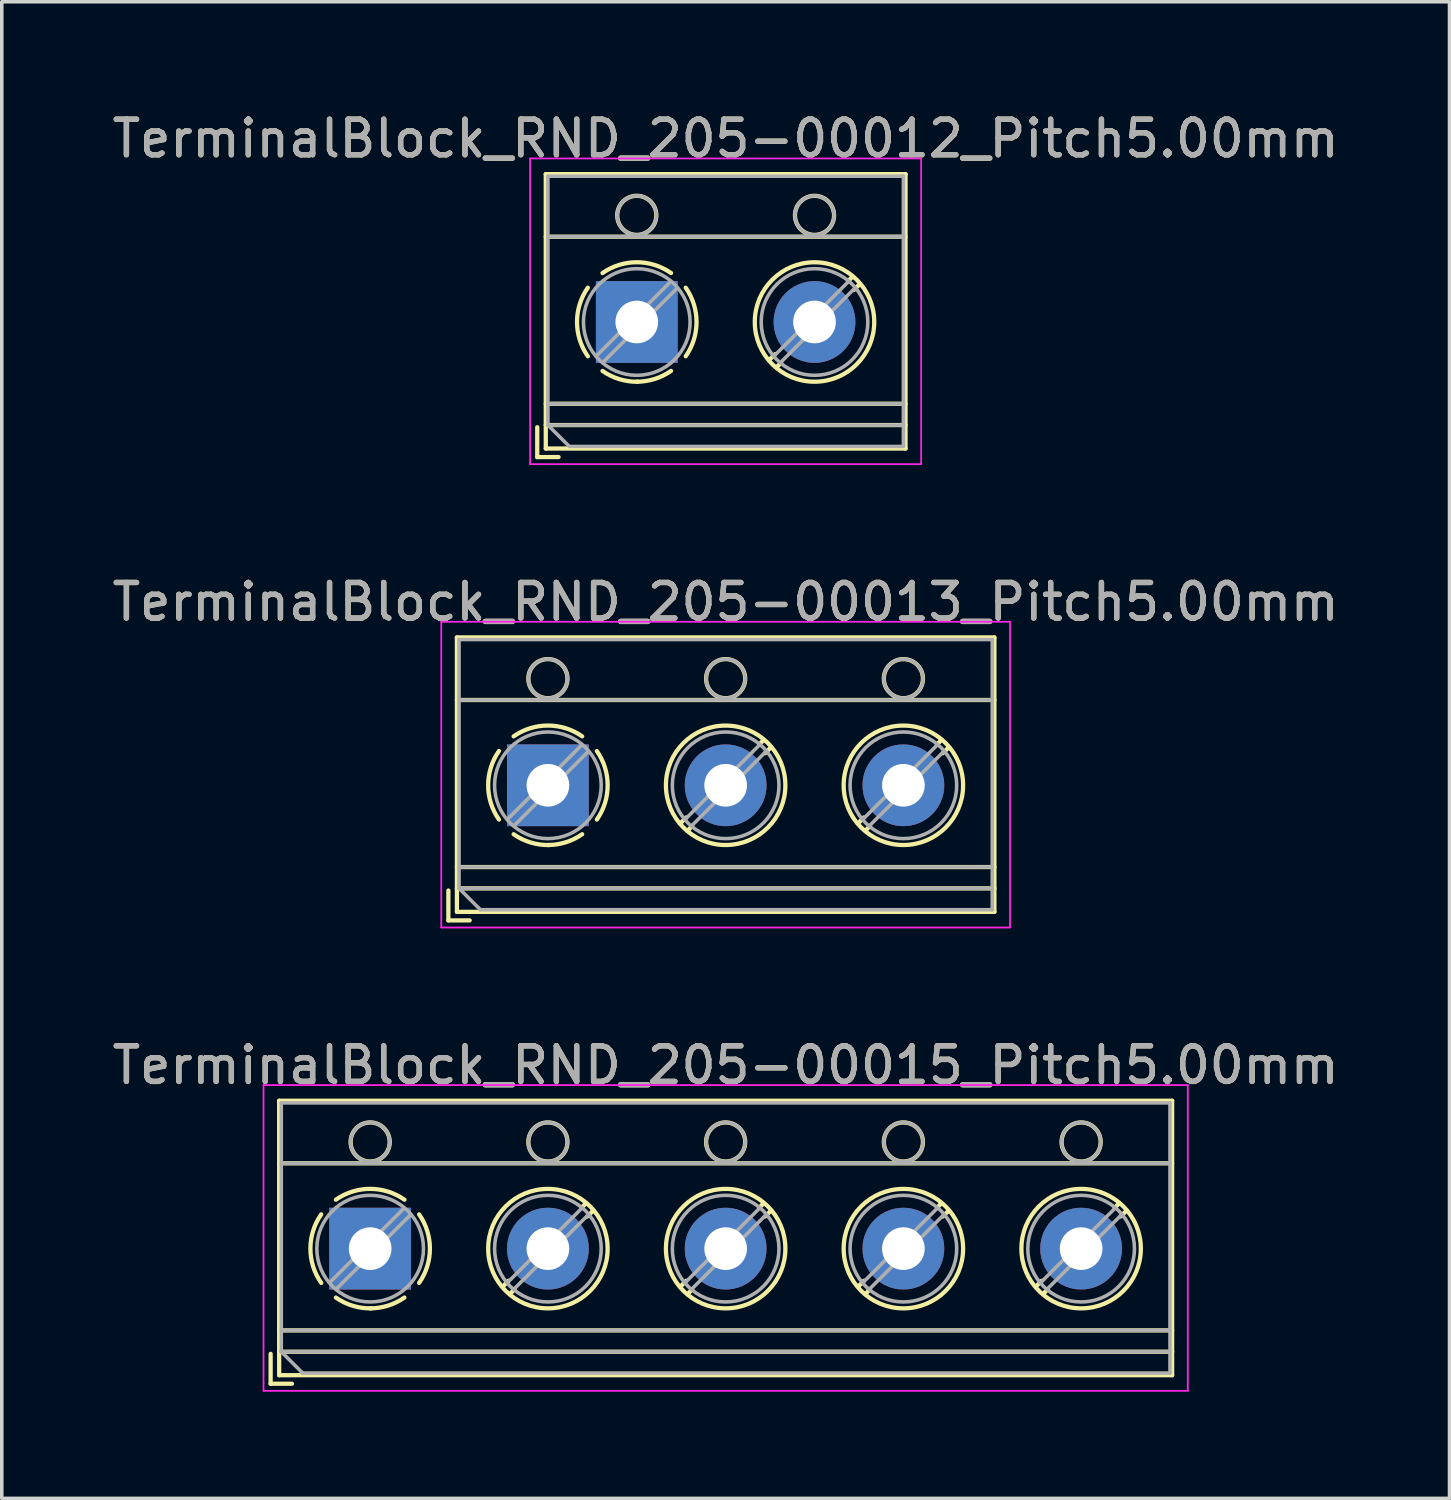
<source format=kicad_pcb>
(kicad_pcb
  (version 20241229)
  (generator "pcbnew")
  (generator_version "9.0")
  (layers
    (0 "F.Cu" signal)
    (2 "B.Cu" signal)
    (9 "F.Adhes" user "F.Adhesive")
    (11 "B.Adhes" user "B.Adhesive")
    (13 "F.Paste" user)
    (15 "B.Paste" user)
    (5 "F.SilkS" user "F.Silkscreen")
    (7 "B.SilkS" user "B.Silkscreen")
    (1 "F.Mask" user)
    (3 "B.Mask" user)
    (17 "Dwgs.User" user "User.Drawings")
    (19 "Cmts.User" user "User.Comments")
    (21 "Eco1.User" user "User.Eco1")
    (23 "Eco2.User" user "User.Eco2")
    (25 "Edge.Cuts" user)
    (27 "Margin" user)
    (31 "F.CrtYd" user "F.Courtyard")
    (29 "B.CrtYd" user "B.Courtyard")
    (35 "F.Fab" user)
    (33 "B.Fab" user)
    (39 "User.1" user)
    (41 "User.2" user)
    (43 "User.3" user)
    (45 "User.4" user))
  (footprint "TerminalBlock_RND_205-00012_Pitch5.00mm"
    (layer "F.Cu")
    (at 14.863 6.008)
    (property "Reference" "TerminalBlock_RND_205-00012_Pitch5.00mm" (at 2.5 -5.16 0) (layer "F.SilkS") (effects (font (size 1 1) (thickness 0.15))))
    (attr through_hole)
    (fp_line (start -2.8 2.96) (end -2.8 3.8) (stroke (width 0.12) (type solid)) (layer "F.SilkS"))
    (fp_line (start -2.8 3.8) (end -2.2 3.8) (stroke (width 0.12) (type solid)) (layer "F.SilkS"))
    (fp_line (start -2.56 -4.16) (end -2.56 3.56) (stroke (width 0.12) (type solid)) (layer "F.SilkS"))
    (fp_line (start -2.56 -2.4) (end 7.56 -2.4) (stroke (width 0.12) (type solid)) (layer "F.SilkS"))
    (fp_line (start -2.56 2.3) (end 7.56 2.3) (stroke (width 0.12) (type solid)) (layer "F.SilkS"))
    (fp_line (start -2.56 2.9) (end 7.56 2.9) (stroke (width 0.12) (type solid)) (layer "F.SilkS"))
    (fp_line (start -2.56 3.56) (end 7.56 3.56) (stroke (width 0.12) (type solid)) (layer "F.SilkS"))
    (fp_line (start 3.89 0.905) (end 3.726 1.069) (stroke (width 0.12) (type solid)) (layer "F.SilkS"))
    (fp_line (start 4.06 1.146) (end 3.931 1.274) (stroke (width 0.12) (type solid)) (layer "F.SilkS"))
    (fp_line (start 6.07 -1.275) (end 5.941 -1.146) (stroke (width 0.12) (type solid)) (layer "F.SilkS"))
    (fp_line (start 6.275 -1.069) (end 6.111 -0.905) (stroke (width 0.12) (type solid)) (layer "F.SilkS"))
    (fp_line (start 7.56 -4.16) (end -2.56 -4.16) (stroke (width 0.12) (type solid)) (layer "F.SilkS"))
    (fp_line (start 7.56 3.56) (end 7.56 -4.16) (stroke (width 0.12) (type solid)) (layer "F.SilkS"))
    (fp_arc (start -1.376825 0.964249) (mid -1.6809 0.000152) (end -1.377 -0.964) (stroke (width 0.12) (type solid)) (layer "F.SilkS"))
    (fp_arc (start -0.964249 -1.376825) (mid -0.000152 -1.6809) (end 0.964 -1.377) (stroke (width 0.12) (type solid)) (layer "F.SilkS"))
    (fp_arc (start 0.029488 1.680641) (mid -0.491302 1.607497) (end -0.964 1.377) (stroke (width 0.12) (type solid)) (layer "F.SilkS"))
    (fp_arc (start 0.963608 1.376175) (mid 0.505186 1.602244) (end 0 1.68) (stroke (width 0.12) (type solid)) (layer "F.SilkS"))
    (fp_arc (start 1.376825 -0.964249) (mid 1.6809 -0.000152) (end 1.377 0.964) (stroke (width 0.12) (type solid)) (layer "F.SilkS"))
    (fp_circle (center 0 -3) (end 0.55 -3) (stroke (width 0.12) (type solid)) (fill no) (layer "F.SilkS"))
    (fp_circle (center 5 -3) (end 5.55 -3) (stroke (width 0.12) (type solid)) (fill no) (layer "F.SilkS"))
    (fp_circle (center 5 0) (end 6.68 0) (stroke (width 0.12) (type solid)) (fill no) (layer "F.SilkS"))
    (fp_line (start -3 -4.6) (end -3 4) (stroke (width 0.05) (type solid)) (layer "F.CrtYd"))
    (fp_line (start -3 4) (end 8 4) (stroke (width 0.05) (type solid)) (layer "F.CrtYd"))
    (fp_line (start 8 -4.6) (end -3 -4.6) (stroke (width 0.05) (type solid)) (layer "F.CrtYd"))
    (fp_line (start 8 4) (end 8 -4.6) (stroke (width 0.05) (type solid)) (layer "F.CrtYd"))
    (fp_line (start -2.5 -4.1) (end 7.5 -4.1) (stroke (width 0.1) (type solid)) (layer "F.Fab"))
    (fp_line (start -2.5 -2.4) (end 7.5 -2.4) (stroke (width 0.1) (type solid)) (layer "F.Fab"))
    (fp_line (start -2.5 2.3) (end 7.5 2.3) (stroke (width 0.1) (type solid)) (layer "F.Fab"))
    (fp_line (start -2.5 2.9) (end -2.5 -4.1) (stroke (width 0.1) (type solid)) (layer "F.Fab"))
    (fp_line (start -2.5 2.9) (end 7.5 2.9) (stroke (width 0.1) (type solid)) (layer "F.Fab"))
    (fp_line (start -1.9 3.5) (end -2.5 2.9) (stroke (width 0.1) (type solid)) (layer "F.Fab"))
    (fp_line (start 0.955 -1.138) (end -1.138 0.955) (stroke (width 0.1) (type solid)) (layer "F.Fab"))
    (fp_line (start 1.138 -0.955) (end -0.955 1.138) (stroke (width 0.1) (type solid)) (layer "F.Fab"))
    (fp_line (start 5.955 -1.138) (end 3.863 0.955) (stroke (width 0.1) (type solid)) (layer "F.Fab"))
    (fp_line (start 6.138 -0.955) (end 4.046 1.138) (stroke (width 0.1) (type solid)) (layer "F.Fab"))
    (fp_line (start 7.5 -4.1) (end 7.5 3.5) (stroke (width 0.1) (type solid)) (layer "F.Fab"))
    (fp_line (start 7.5 3.5) (end -1.9 3.5) (stroke (width 0.1) (type solid)) (layer "F.Fab"))
    (fp_circle (center 0 -3) (end 0.55 -3) (stroke (width 0.1) (type solid)) (fill no) (layer "F.Fab"))
    (fp_circle (center 0 0) (end 1.5 0) (stroke (width 0.1) (type solid)) (fill no) (layer "F.Fab"))
    (fp_circle (center 5 -3) (end 5.55 -3) (stroke (width 0.1) (type solid)) (fill no) (layer "F.Fab"))
    (fp_circle (center 5 0) (end 6.5 0) (stroke (width 0.1) (type solid)) (fill no) (layer "F.Fab"))
    (fp_text user "${REFERENCE}" (at 2.5 -5.16 0) (layer "F.Fab") (effects (font (size 1 1) (thickness 0.15))))
    (pad "1" thru_hole rect (at 0 0) (size 2.3 2.3) (drill 1.2) (layers "*.Cu" "*.Mask"))
    (pad "2" thru_hole circle (at 5 0) (size 2.3 2.3) (drill 1.2) (layers "*.Cu" "*.Mask")))
  (footprint "TerminalBlock_RND_205-00013_Pitch5.00mm"
    (layer "F.Cu")
    (at 12.363 19.041)
    (property "Reference" "TerminalBlock_RND_205-00013_Pitch5.00mm" (at 5 -5.16 0) (layer "F.SilkS") (effects (font (size 1 1) (thickness 0.15))))
    (attr through_hole)
    (fp_line (start -2.8 2.96) (end -2.8 3.8) (stroke (width 0.12) (type solid)) (layer "F.SilkS"))
    (fp_line (start -2.8 3.8) (end -2.2 3.8) (stroke (width 0.12) (type solid)) (layer "F.SilkS"))
    (fp_line (start -2.56 -4.16) (end -2.56 3.56) (stroke (width 0.12) (type solid)) (layer "F.SilkS"))
    (fp_line (start -2.56 -2.4) (end 12.56 -2.4) (stroke (width 0.12) (type solid)) (layer "F.SilkS"))
    (fp_line (start -2.56 2.3) (end 12.56 2.3) (stroke (width 0.12) (type solid)) (layer "F.SilkS"))
    (fp_line (start -2.56 2.9) (end 12.56 2.9) (stroke (width 0.12) (type solid)) (layer "F.SilkS"))
    (fp_line (start -2.56 3.56) (end 12.56 3.56) (stroke (width 0.12) (type solid)) (layer "F.SilkS"))
    (fp_line (start 3.89 0.905) (end 3.726 1.069) (stroke (width 0.12) (type solid)) (layer "F.SilkS"))
    (fp_line (start 4.06 1.146) (end 3.931 1.274) (stroke (width 0.12) (type solid)) (layer "F.SilkS"))
    (fp_line (start 6.07 -1.275) (end 5.941 -1.146) (stroke (width 0.12) (type solid)) (layer "F.SilkS"))
    (fp_line (start 6.275 -1.069) (end 6.111 -0.905) (stroke (width 0.12) (type solid)) (layer "F.SilkS"))
    (fp_line (start 8.89 0.905) (end 8.726 1.069) (stroke (width 0.12) (type solid)) (layer "F.SilkS"))
    (fp_line (start 9.06 1.146) (end 8.931 1.274) (stroke (width 0.12) (type solid)) (layer "F.SilkS"))
    (fp_line (start 11.07 -1.275) (end 10.941 -1.146) (stroke (width 0.12) (type solid)) (layer "F.SilkS"))
    (fp_line (start 11.275 -1.069) (end 11.111 -0.905) (stroke (width 0.12) (type solid)) (layer "F.SilkS"))
    (fp_line (start 12.56 -4.16) (end -2.56 -4.16) (stroke (width 0.12) (type solid)) (layer "F.SilkS"))
    (fp_line (start 12.56 3.56) (end 12.56 -4.16) (stroke (width 0.12) (type solid)) (layer "F.SilkS"))
    (fp_arc (start -1.376825 0.964249) (mid -1.6809 0.000152) (end -1.377 -0.964) (stroke (width 0.12) (type solid)) (layer "F.SilkS"))
    (fp_arc (start -0.964249 -1.376825) (mid -0.000152 -1.6809) (end 0.964 -1.377) (stroke (width 0.12) (type solid)) (layer "F.SilkS"))
    (fp_arc (start 0.029488 1.680641) (mid -0.491302 1.607497) (end -0.964 1.377) (stroke (width 0.12) (type solid)) (layer "F.SilkS"))
    (fp_arc (start 0.963608 1.376175) (mid 0.505186 1.602244) (end 0 1.68) (stroke (width 0.12) (type solid)) (layer "F.SilkS"))
    (fp_arc (start 1.376825 -0.964249) (mid 1.6809 -0.000152) (end 1.377 0.964) (stroke (width 0.12) (type solid)) (layer "F.SilkS"))
    (fp_circle (center 0 -3) (end 0.55 -3) (stroke (width 0.12) (type solid)) (fill no) (layer "F.SilkS"))
    (fp_circle (center 5 -3) (end 5.55 -3) (stroke (width 0.12) (type solid)) (fill no) (layer "F.SilkS"))
    (fp_circle (center 5 0) (end 6.68 0) (stroke (width 0.12) (type solid)) (fill no) (layer "F.SilkS"))
    (fp_circle (center 10 -3) (end 10.55 -3) (stroke (width 0.12) (type solid)) (fill no) (layer "F.SilkS"))
    (fp_circle (center 10 0) (end 11.68 0) (stroke (width 0.12) (type solid)) (fill no) (layer "F.SilkS"))
    (fp_line (start -3 -4.6) (end -3 4) (stroke (width 0.05) (type solid)) (layer "F.CrtYd"))
    (fp_line (start -3 4) (end 13 4) (stroke (width 0.05) (type solid)) (layer "F.CrtYd"))
    (fp_line (start 13 -4.6) (end -3 -4.6) (stroke (width 0.05) (type solid)) (layer "F.CrtYd"))
    (fp_line (start 13 4) (end 13 -4.6) (stroke (width 0.05) (type solid)) (layer "F.CrtYd"))
    (fp_line (start -2.5 -4.1) (end 12.5 -4.1) (stroke (width 0.1) (type solid)) (layer "F.Fab"))
    (fp_line (start -2.5 -2.4) (end 12.5 -2.4) (stroke (width 0.1) (type solid)) (layer "F.Fab"))
    (fp_line (start -2.5 2.3) (end 12.5 2.3) (stroke (width 0.1) (type solid)) (layer "F.Fab"))
    (fp_line (start -2.5 2.9) (end -2.5 -4.1) (stroke (width 0.1) (type solid)) (layer "F.Fab"))
    (fp_line (start -2.5 2.9) (end 12.5 2.9) (stroke (width 0.1) (type solid)) (layer "F.Fab"))
    (fp_line (start -1.9 3.5) (end -2.5 2.9) (stroke (width 0.1) (type solid)) (layer "F.Fab"))
    (fp_line (start 0.955 -1.138) (end -1.138 0.955) (stroke (width 0.1) (type solid)) (layer "F.Fab"))
    (fp_line (start 1.138 -0.955) (end -0.955 1.138) (stroke (width 0.1) (type solid)) (layer "F.Fab"))
    (fp_line (start 5.955 -1.138) (end 3.863 0.955) (stroke (width 0.1) (type solid)) (layer "F.Fab"))
    (fp_line (start 6.138 -0.955) (end 4.046 1.138) (stroke (width 0.1) (type solid)) (layer "F.Fab"))
    (fp_line (start 10.955 -1.138) (end 8.863 0.955) (stroke (width 0.1) (type solid)) (layer "F.Fab"))
    (fp_line (start 11.138 -0.955) (end 9.046 1.138) (stroke (width 0.1) (type solid)) (layer "F.Fab"))
    (fp_line (start 12.5 -4.1) (end 12.5 3.5) (stroke (width 0.1) (type solid)) (layer "F.Fab"))
    (fp_line (start 12.5 3.5) (end -1.9 3.5) (stroke (width 0.1) (type solid)) (layer "F.Fab"))
    (fp_circle (center 0 -3) (end 0.55 -3) (stroke (width 0.1) (type solid)) (fill no) (layer "F.Fab"))
    (fp_circle (center 0 0) (end 1.5 0) (stroke (width 0.1) (type solid)) (fill no) (layer "F.Fab"))
    (fp_circle (center 5 -3) (end 5.55 -3) (stroke (width 0.1) (type solid)) (fill no) (layer "F.Fab"))
    (fp_circle (center 5 0) (end 6.5 0) (stroke (width 0.1) (type solid)) (fill no) (layer "F.Fab"))
    (fp_circle (center 10 -3) (end 10.55 -3) (stroke (width 0.1) (type solid)) (fill no) (layer "F.Fab"))
    (fp_circle (center 10 0) (end 11.5 0) (stroke (width 0.1) (type solid)) (fill no) (layer "F.Fab"))
    (fp_text user "${REFERENCE}" (at 5 -5.16 0) (layer "F.Fab") (effects (font (size 1 1) (thickness 0.15))))
    (pad "1" thru_hole rect (at 0 0) (size 2.3 2.3) (drill 1.2) (layers "*.Cu" "*.Mask"))
    (pad "2" thru_hole circle (at 5 0) (size 2.3 2.3) (drill 1.2) (layers "*.Cu" "*.Mask"))
    (pad "3" thru_hole circle (at 10 0) (size 2.3 2.3) (drill 1.2) (layers "*.Cu" "*.Mask")))
  (footprint "TerminalBlock_RND_205-00015_Pitch5.00mm"
    (layer "F.Cu")
    (at 7.363 32.075)
    (property "Reference" "TerminalBlock_RND_205-00015_Pitch5.00mm" (at 10 -5.16 0) (layer "F.SilkS") (effects (font (size 1 1) (thickness 0.15))))
    (attr through_hole)
    (fp_line (start -2.8 2.96) (end -2.8 3.8) (stroke (width 0.12) (type solid)) (layer "F.SilkS"))
    (fp_line (start -2.8 3.8) (end -2.2 3.8) (stroke (width 0.12) (type solid)) (layer "F.SilkS"))
    (fp_line (start -2.56 -4.16) (end -2.56 3.56) (stroke (width 0.12) (type solid)) (layer "F.SilkS"))
    (fp_line (start -2.56 -2.4) (end 22.56 -2.4) (stroke (width 0.12) (type solid)) (layer "F.SilkS"))
    (fp_line (start -2.56 2.3) (end 22.56 2.3) (stroke (width 0.12) (type solid)) (layer "F.SilkS"))
    (fp_line (start -2.56 2.9) (end 22.56 2.9) (stroke (width 0.12) (type solid)) (layer "F.SilkS"))
    (fp_line (start -2.56 3.56) (end 22.56 3.56) (stroke (width 0.12) (type solid)) (layer "F.SilkS"))
    (fp_line (start 3.89 0.905) (end 3.726 1.069) (stroke (width 0.12) (type solid)) (layer "F.SilkS"))
    (fp_line (start 4.06 1.146) (end 3.931 1.274) (stroke (width 0.12) (type solid)) (layer "F.SilkS"))
    (fp_line (start 6.07 -1.275) (end 5.941 -1.146) (stroke (width 0.12) (type solid)) (layer "F.SilkS"))
    (fp_line (start 6.275 -1.069) (end 6.111 -0.905) (stroke (width 0.12) (type solid)) (layer "F.SilkS"))
    (fp_line (start 8.89 0.905) (end 8.726 1.069) (stroke (width 0.12) (type solid)) (layer "F.SilkS"))
    (fp_line (start 9.06 1.146) (end 8.931 1.274) (stroke (width 0.12) (type solid)) (layer "F.SilkS"))
    (fp_line (start 11.07 -1.275) (end 10.941 -1.146) (stroke (width 0.12) (type solid)) (layer "F.SilkS"))
    (fp_line (start 11.275 -1.069) (end 11.111 -0.905) (stroke (width 0.12) (type solid)) (layer "F.SilkS"))
    (fp_line (start 13.89 0.905) (end 13.726 1.069) (stroke (width 0.12) (type solid)) (layer "F.SilkS"))
    (fp_line (start 14.06 1.146) (end 13.931 1.274) (stroke (width 0.12) (type solid)) (layer "F.SilkS"))
    (fp_line (start 16.07 -1.275) (end 15.941 -1.146) (stroke (width 0.12) (type solid)) (layer "F.SilkS"))
    (fp_line (start 16.275 -1.069) (end 16.111 -0.905) (stroke (width 0.12) (type solid)) (layer "F.SilkS"))
    (fp_line (start 18.89 0.905) (end 18.726 1.069) (stroke (width 0.12) (type solid)) (layer "F.SilkS"))
    (fp_line (start 19.06 1.146) (end 18.931 1.274) (stroke (width 0.12) (type solid)) (layer "F.SilkS"))
    (fp_line (start 21.07 -1.275) (end 20.941 -1.146) (stroke (width 0.12) (type solid)) (layer "F.SilkS"))
    (fp_line (start 21.275 -1.069) (end 21.111 -0.905) (stroke (width 0.12) (type solid)) (layer "F.SilkS"))
    (fp_line (start 22.56 -4.16) (end -2.56 -4.16) (stroke (width 0.12) (type solid)) (layer "F.SilkS"))
    (fp_line (start 22.56 3.56) (end 22.56 -4.16) (stroke (width 0.12) (type solid)) (layer "F.SilkS"))
    (fp_arc (start -1.376825 0.964249) (mid -1.6809 0.000152) (end -1.377 -0.964) (stroke (width 0.12) (type solid)) (layer "F.SilkS"))
    (fp_arc (start -0.964249 -1.376825) (mid -0.000152 -1.6809) (end 0.964 -1.377) (stroke (width 0.12) (type solid)) (layer "F.SilkS"))
    (fp_arc (start 0.029488 1.680641) (mid -0.491302 1.607497) (end -0.964 1.377) (stroke (width 0.12) (type solid)) (layer "F.SilkS"))
    (fp_arc (start 0.963608 1.376175) (mid 0.505186 1.602244) (end 0 1.68) (stroke (width 0.12) (type solid)) (layer "F.SilkS"))
    (fp_arc (start 1.376825 -0.964249) (mid 1.6809 -0.000152) (end 1.377 0.964) (stroke (width 0.12) (type solid)) (layer "F.SilkS"))
    (fp_circle (center 0 -3) (end 0.55 -3) (stroke (width 0.12) (type solid)) (fill no) (layer "F.SilkS"))
    (fp_circle (center 5 -3) (end 5.55 -3) (stroke (width 0.12) (type solid)) (fill no) (layer "F.SilkS"))
    (fp_circle (center 5 0) (end 6.68 0) (stroke (width 0.12) (type solid)) (fill no) (layer "F.SilkS"))
    (fp_circle (center 10 -3) (end 10.55 -3) (stroke (width 0.12) (type solid)) (fill no) (layer "F.SilkS"))
    (fp_circle (center 10 0) (end 11.68 0) (stroke (width 0.12) (type solid)) (fill no) (layer "F.SilkS"))
    (fp_circle (center 15 -3) (end 15.55 -3) (stroke (width 0.12) (type solid)) (fill no) (layer "F.SilkS"))
    (fp_circle (center 15 0) (end 16.68 0) (stroke (width 0.12) (type solid)) (fill no) (layer "F.SilkS"))
    (fp_circle (center 20 -3) (end 20.55 -3) (stroke (width 0.12) (type solid)) (fill no) (layer "F.SilkS"))
    (fp_circle (center 20 0) (end 21.68 0) (stroke (width 0.12) (type solid)) (fill no) (layer "F.SilkS"))
    (fp_line (start -3 -4.6) (end -3 4) (stroke (width 0.05) (type solid)) (layer "F.CrtYd"))
    (fp_line (start -3 4) (end 23 4) (stroke (width 0.05) (type solid)) (layer "F.CrtYd"))
    (fp_line (start 23 -4.6) (end -3 -4.6) (stroke (width 0.05) (type solid)) (layer "F.CrtYd"))
    (fp_line (start 23 4) (end 23 -4.6) (stroke (width 0.05) (type solid)) (layer "F.CrtYd"))
    (fp_line (start -2.5 -4.1) (end 22.5 -4.1) (stroke (width 0.1) (type solid)) (layer "F.Fab"))
    (fp_line (start -2.5 -2.4) (end 22.5 -2.4) (stroke (width 0.1) (type solid)) (layer "F.Fab"))
    (fp_line (start -2.5 2.3) (end 22.5 2.3) (stroke (width 0.1) (type solid)) (layer "F.Fab"))
    (fp_line (start -2.5 2.9) (end -2.5 -4.1) (stroke (width 0.1) (type solid)) (layer "F.Fab"))
    (fp_line (start -2.5 2.9) (end 22.5 2.9) (stroke (width 0.1) (type solid)) (layer "F.Fab"))
    (fp_line (start -1.9 3.5) (end -2.5 2.9) (stroke (width 0.1) (type solid)) (layer "F.Fab"))
    (fp_line (start 0.955 -1.138) (end -1.138 0.955) (stroke (width 0.1) (type solid)) (layer "F.Fab"))
    (fp_line (start 1.138 -0.955) (end -0.955 1.138) (stroke (width 0.1) (type solid)) (layer "F.Fab"))
    (fp_line (start 5.955 -1.138) (end 3.863 0.955) (stroke (width 0.1) (type solid)) (layer "F.Fab"))
    (fp_line (start 6.138 -0.955) (end 4.046 1.138) (stroke (width 0.1) (type solid)) (layer "F.Fab"))
    (fp_line (start 10.955 -1.138) (end 8.863 0.955) (stroke (width 0.1) (type solid)) (layer "F.Fab"))
    (fp_line (start 11.138 -0.955) (end 9.046 1.138) (stroke (width 0.1) (type solid)) (layer "F.Fab"))
    (fp_line (start 15.955 -1.138) (end 13.863 0.955) (stroke (width 0.1) (type solid)) (layer "F.Fab"))
    (fp_line (start 16.138 -0.955) (end 14.046 1.138) (stroke (width 0.1) (type solid)) (layer "F.Fab"))
    (fp_line (start 20.955 -1.138) (end 18.863 0.955) (stroke (width 0.1) (type solid)) (layer "F.Fab"))
    (fp_line (start 21.138 -0.955) (end 19.046 1.138) (stroke (width 0.1) (type solid)) (layer "F.Fab"))
    (fp_line (start 22.5 -4.1) (end 22.5 3.5) (stroke (width 0.1) (type solid)) (layer "F.Fab"))
    (fp_line (start 22.5 3.5) (end -1.9 3.5) (stroke (width 0.1) (type solid)) (layer "F.Fab"))
    (fp_circle (center 0 -3) (end 0.55 -3) (stroke (width 0.1) (type solid)) (fill no) (layer "F.Fab"))
    (fp_circle (center 0 0) (end 1.5 0) (stroke (width 0.1) (type solid)) (fill no) (layer "F.Fab"))
    (fp_circle (center 5 -3) (end 5.55 -3) (stroke (width 0.1) (type solid)) (fill no) (layer "F.Fab"))
    (fp_circle (center 5 0) (end 6.5 0) (stroke (width 0.1) (type solid)) (fill no) (layer "F.Fab"))
    (fp_circle (center 10 -3) (end 10.55 -3) (stroke (width 0.1) (type solid)) (fill no) (layer "F.Fab"))
    (fp_circle (center 10 0) (end 11.5 0) (stroke (width 0.1) (type solid)) (fill no) (layer "F.Fab"))
    (fp_circle (center 15 -3) (end 15.55 -3) (stroke (width 0.1) (type solid)) (fill no) (layer "F.Fab"))
    (fp_circle (center 15 0) (end 16.5 0) (stroke (width 0.1) (type solid)) (fill no) (layer "F.Fab"))
    (fp_circle (center 20 -3) (end 20.55 -3) (stroke (width 0.1) (type solid)) (fill no) (layer "F.Fab"))
    (fp_circle (center 20 0) (end 21.5 0) (stroke (width 0.1) (type solid)) (fill no) (layer "F.Fab"))
    (fp_text user "${REFERENCE}" (at 10 -5.16 0) (layer "F.Fab") (effects (font (size 1 1) (thickness 0.15))))
    (pad "1" thru_hole rect (at 0 0) (size 2.3 2.3) (drill 1.2) (layers "*.Cu" "*.Mask"))
    (pad "2" thru_hole circle (at 5 0) (size 2.3 2.3) (drill 1.2) (layers "*.Cu" "*.Mask"))
    (pad "3" thru_hole circle (at 10 0) (size 2.3 2.3) (drill 1.2) (layers "*.Cu" "*.Mask"))
    (pad "4" thru_hole circle (at 15 0) (size 2.3 2.3) (drill 1.2) (layers "*.Cu" "*.Mask"))
    (pad "5" thru_hole circle (at 20 0) (size 2.3 2.3) (drill 1.2) (layers "*.Cu" "*.Mask")))
  (gr_rect
    (start -3 -3)
    (end 37.726 39.1)
    (stroke (width 0.1) (type default))
    (fill no)
    (layer "Edge.Cuts")))
</source>
